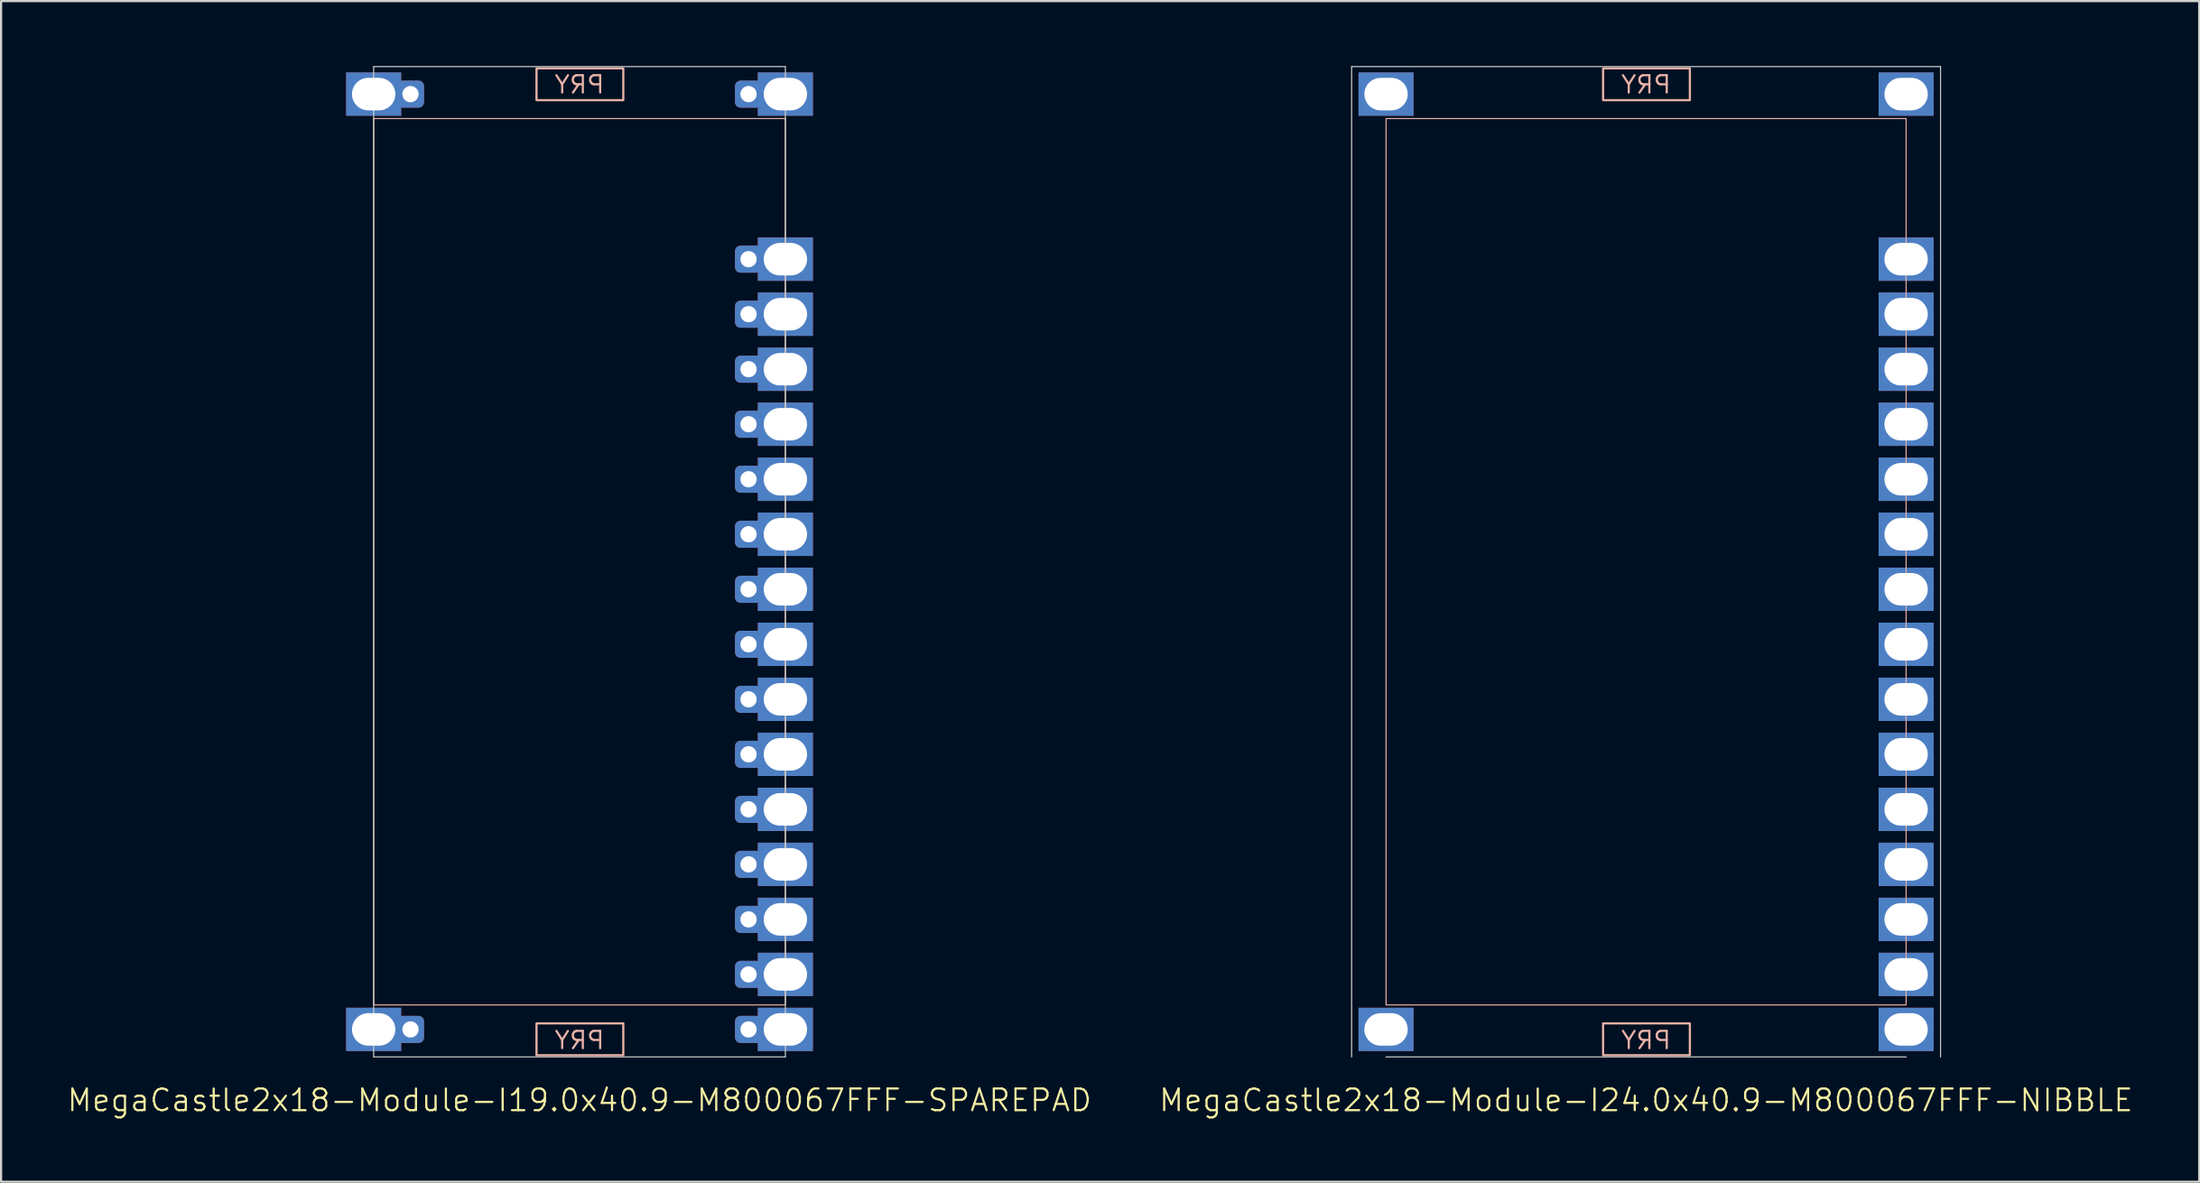
<source format=kicad_pcb>
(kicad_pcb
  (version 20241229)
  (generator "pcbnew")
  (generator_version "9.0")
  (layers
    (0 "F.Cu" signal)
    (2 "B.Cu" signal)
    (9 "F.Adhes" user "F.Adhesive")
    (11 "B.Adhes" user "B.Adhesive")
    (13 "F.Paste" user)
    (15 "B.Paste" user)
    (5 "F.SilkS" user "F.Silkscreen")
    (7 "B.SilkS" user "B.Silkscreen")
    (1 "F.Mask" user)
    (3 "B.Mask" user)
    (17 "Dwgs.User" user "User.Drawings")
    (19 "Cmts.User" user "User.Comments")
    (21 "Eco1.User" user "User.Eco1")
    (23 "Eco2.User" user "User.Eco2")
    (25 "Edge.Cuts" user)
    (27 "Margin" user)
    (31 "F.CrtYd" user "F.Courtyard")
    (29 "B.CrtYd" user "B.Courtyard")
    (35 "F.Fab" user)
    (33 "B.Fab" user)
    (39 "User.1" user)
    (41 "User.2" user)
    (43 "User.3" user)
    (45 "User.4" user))
  (footprint "MegaCastle2x18-Module-I24.0x40.9-M800067FFF-NIBBLE"
    (layer "F.Cu")
    (at 72.912 22.885)
    (property "Reference" "MegaCastle2x18-Module-I24.0x40.9-M800067FFF-NIBBLE" (at 0 24.86 0) (unlocked yes) (layer "F.SilkS") (effects (font (size 1 1) (thickness 0.1))))
    (attr smd)
    (fp_rect (start -12 20.46) (end 12 -20.46) (stroke (width 0.05) (type default)) (fill no) (layer "B.SilkS"))
    (fp_rect (start -1.984 -21.311) (end 2.02 -22.78) (stroke (width 0.1) (type default)) (fill no) (layer "B.SilkS"))
    (fp_rect (start -1.984 21.311) (end 2.02 22.78) (stroke (width 0.1) (type default)) (fill no) (layer "B.SilkS"))
    (fp_line (start -13.588 -22.86) (end -13.588 22.86) (stroke (width 0.05) (type default)) (layer "Edge.Cuts"))
    (fp_line (start -13.588 -22.86) (end 13.588 -22.86) (stroke (width 0.05) (type default)) (layer "Edge.Cuts"))
    (fp_line (start -12 22.86) (end 12 22.86) (stroke (width 0.05) (type default)) (layer "Edge.Cuts"))
    (fp_line (start 13.588 -22.86) (end 13.588 22.86) (stroke (width 0.05) (type default)) (layer "Edge.Cuts"))
    (fp_text user "PRY" (at 0 -21.56 0) (unlocked yes) (layer "B.SilkS") (effects (font (size 0.8 0.8) (thickness 0.1)) (justify bottom mirror)))
    (fp_text user "PRY" (at 0 22.56 0) (unlocked yes) (layer "B.SilkS") (effects (font (size 0.8 0.8) (thickness 0.1)) (justify bottom mirror)))
    (pad "1" thru_hole rect (at -12 -21.59) (size 2.54 2) (drill oval 2 1.5) (property pad_prop_castellated) (layers "*.Cu" "*.Mask"))
    (pad "18" thru_hole rect (at -12 21.59) (size 2.54 2) (drill oval 2 1.5) (property pad_prop_castellated) (layers "*.Cu" "*.Mask"))
    (pad "19" thru_hole rect (at 12 -21.59) (size 2.54 2) (drill oval 2 1.5) (property pad_prop_castellated) (layers "*.Cu" "*.Mask"))
    (pad "22" thru_hole rect (at 12 -13.97) (size 2.54 2) (drill oval 2 1.5) (property pad_prop_castellated) (layers "*.Cu" "*.Mask"))
    (pad "23" thru_hole rect (at 12 -11.43) (size 2.54 2) (drill oval 2 1.5) (property pad_prop_castellated) (layers "*.Cu" "*.Mask"))
    (pad "24" thru_hole rect (at 12 -8.89) (size 2.54 2) (drill oval 2 1.5) (property pad_prop_castellated) (layers "*.Cu" "*.Mask"))
    (pad "25" thru_hole rect (at 12 -6.35) (size 2.54 2) (drill oval 2 1.5) (property pad_prop_castellated) (layers "*.Cu" "*.Mask"))
    (pad "26" thru_hole rect (at 12 -3.81) (size 2.54 2) (drill oval 2 1.5) (property pad_prop_castellated) (layers "*.Cu" "*.Mask"))
    (pad "27" thru_hole rect (at 12 -1.27) (size 2.54 2) (drill oval 2 1.5) (property pad_prop_castellated) (layers "*.Cu" "*.Mask"))
    (pad "28" thru_hole rect (at 12 1.27) (size 2.54 2) (drill oval 2 1.5) (property pad_prop_castellated) (layers "*.Cu" "*.Mask"))
    (pad "29" thru_hole rect (at 12 3.81) (size 2.54 2) (drill oval 2 1.5) (property pad_prop_castellated) (layers "*.Cu" "*.Mask"))
    (pad "30" thru_hole rect (at 12 6.35) (size 2.54 2) (drill oval 2 1.5) (property pad_prop_castellated) (layers "*.Cu" "*.Mask"))
    (pad "31" thru_hole rect (at 12 8.89) (size 2.54 2) (drill oval 2 1.5) (property pad_prop_castellated) (layers "*.Cu" "*.Mask"))
    (pad "32" thru_hole rect (at 12 11.43) (size 2.54 2) (drill oval 2 1.5) (property pad_prop_castellated) (layers "*.Cu" "*.Mask"))
    (pad "33" thru_hole rect (at 12 13.97) (size 2.54 2) (drill oval 2 1.5) (property pad_prop_castellated) (layers "*.Cu" "*.Mask"))
    (pad "34" thru_hole rect (at 12 16.51) (size 2.54 2) (drill oval 2 1.5) (property pad_prop_castellated) (layers "*.Cu" "*.Mask"))
    (pad "35" thru_hole rect (at 12 19.05) (size 2.54 2) (drill oval 2 1.5) (property pad_prop_castellated) (layers "*.Cu" "*.Mask"))
    (pad "36" thru_hole rect (at 12 21.59) (size 2.54 2) (drill oval 2 1.5) (property pad_prop_castellated) (layers "*.Cu" "*.Mask"))
    (zone (net_name "") (layer "B.Cu") (hatch edge 0.5) (connect_pads) (min_thickness 0.25) (filled_areas_thickness no) (keepout (tracks allowed) (vias allowed) (pads allowed) (copperpour allowed) (footprints not_allowed)) (placement (enabled no)) (fill) (polygon (pts (xy 60.912 45.745) (xy 60.912 0.025))))
    (zone (net_name "") (layer "B.Cu") (hatch edge 0.5) (connect_pads) (min_thickness 0.25) (filled_areas_thickness no) (keepout (tracks allowed) (vias allowed) (pads allowed) (copperpour allowed) (footprints not_allowed)) (placement (enabled no)) (fill) (polygon (pts (xy 84.912 45.745) (xy 84.912 0.025))))
    (zone (net_name "") (layer "B.Cu") (hatch edge 0.5) (connect_pads) (min_thickness 0.25) (filled_areas_thickness no) (keepout (tracks allowed) (vias allowed) (pads allowed) (copperpour allowed) (footprints not_allowed)) (placement (enabled no)) (fill) (polygon (pts (xy 60.912 0.025) (xy 60.912 2.425) (xy 84.912 2.425) (xy 84.912 0.025))))
    (zone (net_name "") (layer "B.Cu") (hatch edge 0.5) (connect_pads) (min_thickness 0.25) (filled_areas_thickness no) (keepout (tracks allowed) (vias allowed) (pads allowed) (copperpour allowed) (footprints not_allowed)) (placement (enabled no)) (fill) (polygon (pts (xy 60.912 45.745) (xy 60.912 43.345) (xy 84.912 43.345) (xy 84.912 45.745))))
    (zone (net_name "") (layer "B.Cu") (name "Upper Pry Zone") (hatch edge 0.5) (connect_pads) (min_thickness 0.25) (filled_areas_thickness no) (keepout (tracks not_allowed) (vias not_allowed) (pads not_allowed) (copperpour allowed) (footprints not_allowed)) (placement (enabled no)) (fill) (polygon (pts (xy 70.928 1.574) (xy 70.928 0.105) (xy 74.931 0.105) (xy 74.931 1.574))))
    (zone (net_name "") (layer "B.Cu") (name "Upper Pry Zone") (hatch edge 0.5) (connect_pads) (min_thickness 0.25) (filled_areas_thickness no) (keepout (tracks not_allowed) (vias not_allowed) (pads not_allowed) (copperpour allowed) (footprints not_allowed)) (placement (enabled no)) (fill) (polygon (pts (xy 70.928 44.196) (xy 70.928 45.665) (xy 74.931 45.665) (xy 74.931 44.196)))))
  (footprint "MegaCastle2x18-Module-I19.0x40.9-M800067FFF-SPAREPAD"
    (layer "F.Cu")
    (at 23.693 22.885)
    (property "Reference" "MegaCastle2x18-Module-I19.0x40.9-M800067FFF-SPAREPAD" (at 0 24.86 0) (unlocked yes) (layer "F.SilkS") (effects (font (size 1 1) (thickness 0.1))))
    (attr smd)
    (fp_rect (start -9.5 20.46) (end 9.5 -20.46) (stroke (width 0.05) (type default)) (fill no) (layer "B.SilkS"))
    (fp_rect (start -1.984 -21.311) (end 2.02 -22.78) (stroke (width 0.1) (type default)) (fill no) (layer "B.SilkS"))
    (fp_rect (start -1.984 21.311) (end 2.02 22.78) (stroke (width 0.1) (type default)) (fill no) (layer "B.SilkS"))
    (fp_line (start -9.5 -22.86) (end -9.5 22.86) (stroke (width 0.05) (type default)) (layer "Edge.Cuts"))
    (fp_line (start -9.5 -22.86) (end 9.5 -22.86) (stroke (width 0.05) (type default)) (layer "Edge.Cuts"))
    (fp_line (start -9.5 22.86) (end 9.5 22.86) (stroke (width 0.05) (type default)) (layer "Edge.Cuts"))
    (fp_line (start 9.5 -22.86) (end 9.5 22.86) (stroke (width 0.05) (type default)) (layer "Edge.Cuts"))
    (fp_text user "PRY" (at 0 22.56 0) (unlocked yes) (layer "B.SilkS") (effects (font (size 0.8 0.8) (thickness 0.1)) (justify bottom mirror)))
    (fp_text user "PRY" (at 0 -21.56 0) (unlocked yes) (layer "B.SilkS") (effects (font (size 0.8 0.8) (thickness 0.1)) (justify bottom mirror)))
    (pad "1" thru_hole rect (at -9.5 -21.59) (size 2.54 2) (drill oval 2 1.5) (property pad_prop_castellated) (layers "*.Cu" "*.Mask"))
    (pad "1" thru_hole roundrect (at -7.8 -21.59 180) (size 1.25 1.25) (drill 0.75) (layers "*.Cu" "*.Mask") (roundrect_rratio 0.2))
    (pad "18" thru_hole rect (at -9.5 21.59) (size 2.54 2) (drill oval 2 1.5) (property pad_prop_castellated) (layers "*.Cu" "*.Mask"))
    (pad "18" thru_hole roundrect (at -7.8 21.59 180) (size 1.25 1.25) (drill 0.75) (layers "*.Cu" "*.Mask") (roundrect_rratio 0.2))
    (pad "19" thru_hole roundrect (at 7.8 -21.59 180) (size 1.25 1.25) (drill 0.75) (layers "*.Cu" "*.Mask") (roundrect_rratio 0.2))
    (pad "19" thru_hole rect (at 9.5 -21.59) (size 2.54 2) (drill oval 2 1.5) (property pad_prop_castellated) (layers "*.Cu" "*.Mask"))
    (pad "22" thru_hole roundrect (at 7.8 -13.97 180) (size 1.25 1.25) (drill 0.75) (layers "*.Cu" "*.Mask") (roundrect_rratio 0.2))
    (pad "22" thru_hole rect (at 9.5 -13.97) (size 2.54 2) (drill oval 2 1.5) (property pad_prop_castellated) (layers "*.Cu" "*.Mask"))
    (pad "23" thru_hole roundrect (at 7.8 -11.43 180) (size 1.25 1.25) (drill 0.75) (layers "*.Cu" "*.Mask") (roundrect_rratio 0.2))
    (pad "23" thru_hole rect (at 9.5 -11.43) (size 2.54 2) (drill oval 2 1.5) (property pad_prop_castellated) (layers "*.Cu" "*.Mask"))
    (pad "24" thru_hole roundrect (at 7.8 -8.89 180) (size 1.25 1.25) (drill 0.75) (layers "*.Cu" "*.Mask") (roundrect_rratio 0.2))
    (pad "24" thru_hole rect (at 9.5 -8.89) (size 2.54 2) (drill oval 2 1.5) (property pad_prop_castellated) (layers "*.Cu" "*.Mask"))
    (pad "25" thru_hole roundrect (at 7.8 -6.35 180) (size 1.25 1.25) (drill 0.75) (layers "*.Cu" "*.Mask") (roundrect_rratio 0.2))
    (pad "25" thru_hole rect (at 9.5 -6.35) (size 2.54 2) (drill oval 2 1.5) (property pad_prop_castellated) (layers "*.Cu" "*.Mask"))
    (pad "26" thru_hole roundrect (at 7.8 -3.81 180) (size 1.25 1.25) (drill 0.75) (layers "*.Cu" "*.Mask") (roundrect_rratio 0.2))
    (pad "26" thru_hole rect (at 9.5 -3.81) (size 2.54 2) (drill oval 2 1.5) (property pad_prop_castellated) (layers "*.Cu" "*.Mask"))
    (pad "27" thru_hole roundrect (at 7.8 -1.27 180) (size 1.25 1.25) (drill 0.75) (layers "*.Cu" "*.Mask") (roundrect_rratio 0.2))
    (pad "27" thru_hole rect (at 9.5 -1.27) (size 2.54 2) (drill oval 2 1.5) (property pad_prop_castellated) (layers "*.Cu" "*.Mask"))
    (pad "28" thru_hole roundrect (at 7.8 1.27 180) (size 1.25 1.25) (drill 0.75) (layers "*.Cu" "*.Mask") (roundrect_rratio 0.2))
    (pad "28" thru_hole rect (at 9.5 1.27) (size 2.54 2) (drill oval 2 1.5) (property pad_prop_castellated) (layers "*.Cu" "*.Mask"))
    (pad "29" thru_hole roundrect (at 7.8 3.81 180) (size 1.25 1.25) (drill 0.75) (layers "*.Cu" "*.Mask") (roundrect_rratio 0.2))
    (pad "29" thru_hole rect (at 9.5 3.81) (size 2.54 2) (drill oval 2 1.5) (property pad_prop_castellated) (layers "*.Cu" "*.Mask"))
    (pad "30" thru_hole roundrect (at 7.8 6.35 180) (size 1.25 1.25) (drill 0.75) (layers "*.Cu" "*.Mask") (roundrect_rratio 0.2))
    (pad "30" thru_hole rect (at 9.5 6.35) (size 2.54 2) (drill oval 2 1.5) (property pad_prop_castellated) (layers "*.Cu" "*.Mask"))
    (pad "31" thru_hole roundrect (at 7.8 8.89 180) (size 1.25 1.25) (drill 0.75) (layers "*.Cu" "*.Mask") (roundrect_rratio 0.2))
    (pad "31" thru_hole rect (at 9.5 8.89) (size 2.54 2) (drill oval 2 1.5) (property pad_prop_castellated) (layers "*.Cu" "*.Mask"))
    (pad "32" thru_hole roundrect (at 7.8 11.43 180) (size 1.25 1.25) (drill 0.75) (layers "*.Cu" "*.Mask") (roundrect_rratio 0.2))
    (pad "32" thru_hole rect (at 9.5 11.43) (size 2.54 2) (drill oval 2 1.5) (property pad_prop_castellated) (layers "*.Cu" "*.Mask"))
    (pad "33" thru_hole roundrect (at 7.8 13.97 180) (size 1.25 1.25) (drill 0.75) (layers "*.Cu" "*.Mask") (roundrect_rratio 0.2))
    (pad "33" thru_hole rect (at 9.5 13.97) (size 2.54 2) (drill oval 2 1.5) (property pad_prop_castellated) (layers "*.Cu" "*.Mask"))
    (pad "34" thru_hole roundrect (at 7.8 16.51 180) (size 1.25 1.25) (drill 0.75) (layers "*.Cu" "*.Mask") (roundrect_rratio 0.2))
    (pad "34" thru_hole rect (at 9.5 16.51) (size 2.54 2) (drill oval 2 1.5) (property pad_prop_castellated) (layers "*.Cu" "*.Mask"))
    (pad "35" thru_hole roundrect (at 7.8 19.05 180) (size 1.25 1.25) (drill 0.75) (layers "*.Cu" "*.Mask") (roundrect_rratio 0.2))
    (pad "35" thru_hole rect (at 9.5 19.05) (size 2.54 2) (drill oval 2 1.5) (property pad_prop_castellated) (layers "*.Cu" "*.Mask"))
    (pad "36" thru_hole roundrect (at 7.8 21.59 180) (size 1.25 1.25) (drill 0.75) (layers "*.Cu" "*.Mask") (roundrect_rratio 0.2))
    (pad "36" thru_hole rect (at 9.5 21.59) (size 2.54 2) (drill oval 2 1.5) (property pad_prop_castellated) (layers "*.Cu" "*.Mask"))
    (zone (net_name "") (layer "B.Cu") (hatch edge 0.5) (connect_pads) (min_thickness 0.25) (filled_areas_thickness no) (keepout (tracks allowed) (vias allowed) (pads allowed) (copperpour allowed) (footprints not_allowed)) (placement (enabled no)) (fill) (polygon (pts (xy 14.193 45.745) (xy 14.193 0.025))))
    (zone (net_name "") (layer "B.Cu") (hatch edge 0.5) (connect_pads) (min_thickness 0.25) (filled_areas_thickness no) (keepout (tracks allowed) (vias allowed) (pads allowed) (copperpour allowed) (footprints not_allowed)) (placement (enabled no)) (fill) (polygon (pts (xy 33.193 45.745) (xy 33.193 0.025))))
    (zone (net_name "") (layer "B.Cu") (hatch edge 0.5) (connect_pads) (min_thickness 0.25) (filled_areas_thickness no) (keepout (tracks allowed) (vias allowed) (pads allowed) (copperpour allowed) (footprints not_allowed)) (placement (enabled no)) (fill) (polygon (pts (xy 14.193 0.025) (xy 14.193 2.425) (xy 33.193 2.425) (xy 33.193 0.025))))
    (zone (net_name "") (layer "B.Cu") (hatch edge 0.5) (connect_pads) (min_thickness 0.25) (filled_areas_thickness no) (keepout (tracks allowed) (vias allowed) (pads allowed) (copperpour allowed) (footprints not_allowed)) (placement (enabled no)) (fill) (polygon (pts (xy 14.193 45.745) (xy 14.193 43.345) (xy 33.193 43.345) (xy 33.193 45.745))))
    (zone (net_name "") (layer "B.Cu") (name "Upper Pry Zone") (hatch edge 0.5) (connect_pads) (min_thickness 0.25) (filled_areas_thickness no) (keepout (tracks not_allowed) (vias not_allowed) (pads not_allowed) (copperpour allowed) (footprints not_allowed)) (placement (enabled no)) (fill) (polygon (pts (xy 21.709 1.574) (xy 21.709 0.105) (xy 25.712 0.105) (xy 25.712 1.574))))
    (zone (net_name "") (layer "B.Cu") (name "Upper Pry Zone") (hatch edge 0.5) (connect_pads) (min_thickness 0.25) (filled_areas_thickness no) (keepout (tracks not_allowed) (vias not_allowed) (pads not_allowed) (copperpour allowed) (footprints not_allowed)) (placement (enabled no)) (fill) (polygon (pts (xy 21.709 44.196) (xy 21.709 45.665) (xy 25.712 45.665) (xy 25.712 44.196)))))
  (gr_rect
    (start -3 -3)
    (end 98.438 51.506)
    (stroke (width 0.1) (type default))
    (fill no)
    (layer "Edge.Cuts")))
</source>
